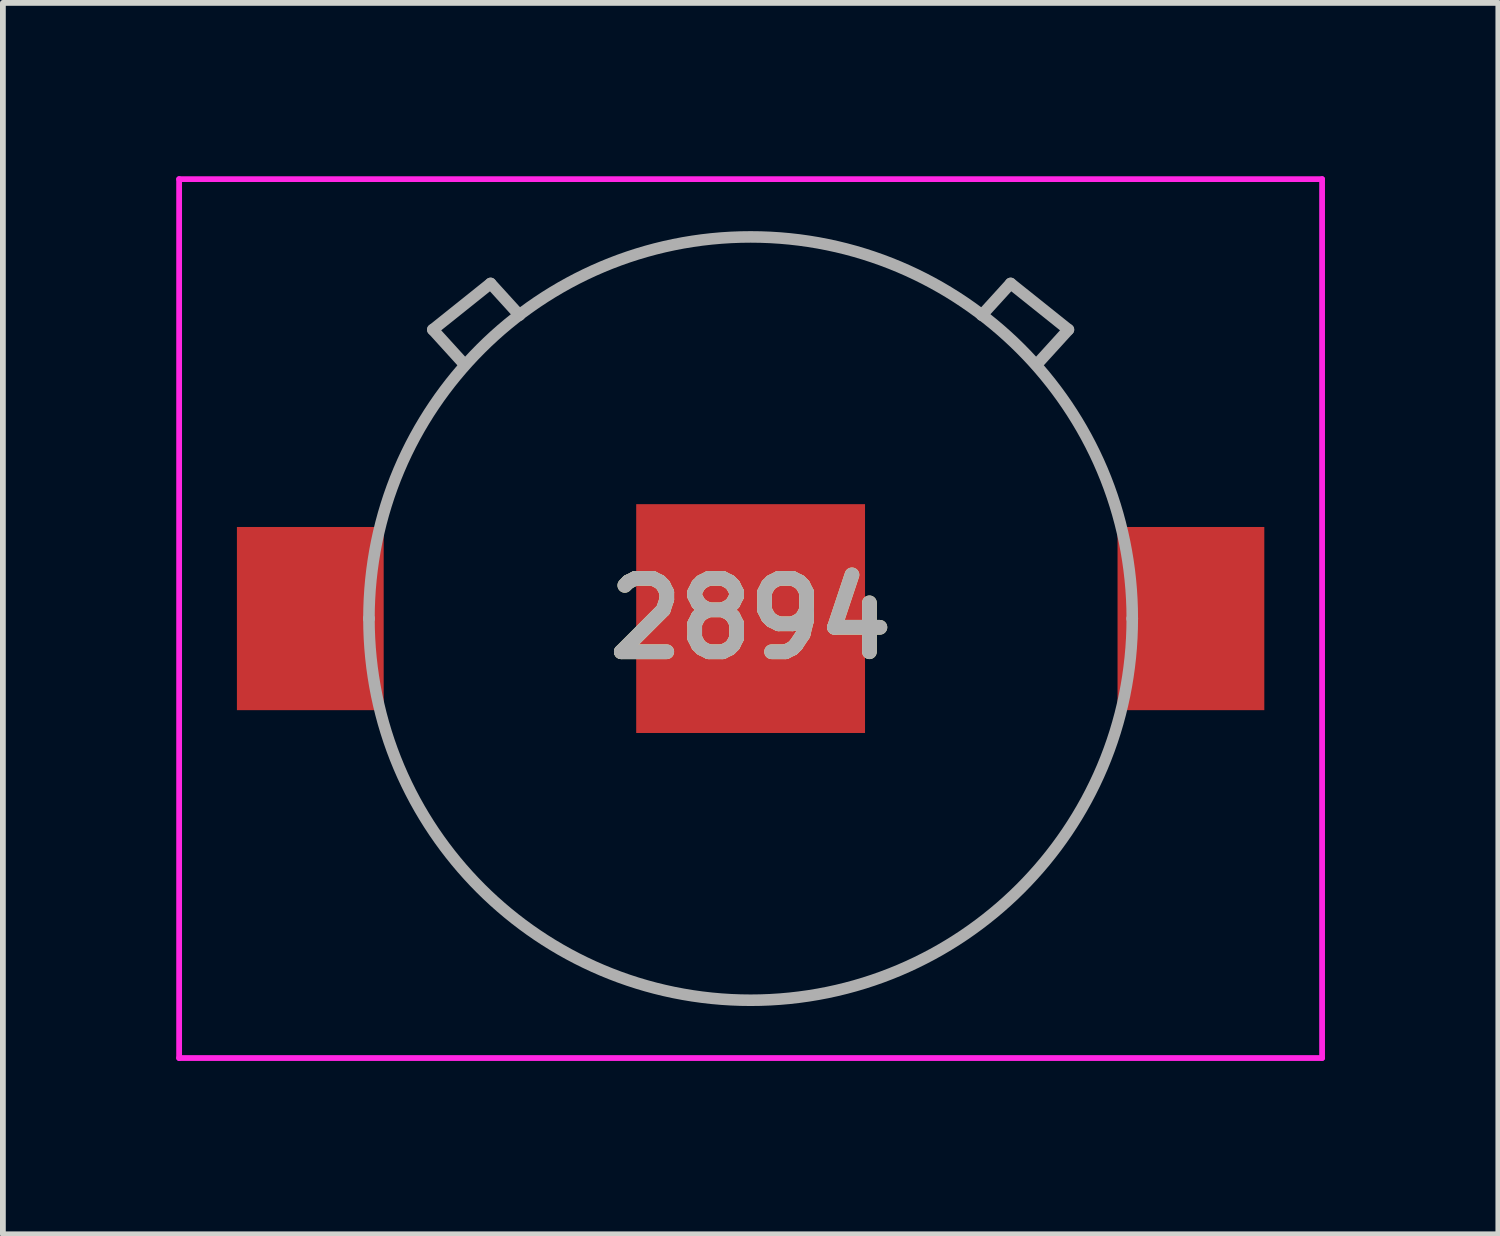
<source format=kicad_pcb>
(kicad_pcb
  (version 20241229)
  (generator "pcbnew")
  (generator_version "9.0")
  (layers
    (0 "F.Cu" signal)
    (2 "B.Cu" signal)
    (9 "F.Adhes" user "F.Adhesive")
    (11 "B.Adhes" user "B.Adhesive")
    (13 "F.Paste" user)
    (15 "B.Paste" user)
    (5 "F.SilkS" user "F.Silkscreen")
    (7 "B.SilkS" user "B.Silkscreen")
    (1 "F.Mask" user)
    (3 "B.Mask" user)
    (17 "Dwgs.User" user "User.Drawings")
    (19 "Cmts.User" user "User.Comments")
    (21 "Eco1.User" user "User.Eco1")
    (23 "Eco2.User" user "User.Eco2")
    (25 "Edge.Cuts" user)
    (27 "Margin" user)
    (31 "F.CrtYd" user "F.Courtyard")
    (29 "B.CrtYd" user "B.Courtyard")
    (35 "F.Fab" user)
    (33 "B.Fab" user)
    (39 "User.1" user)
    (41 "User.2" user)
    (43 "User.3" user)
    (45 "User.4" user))
  (footprint "2894"
    (layer "F.Cu")
    (at 9.94 7.655)
    (property "Reference" "2894" (at 0 0 0) (layer "F.SilkS") (effects (font (size 1.27 1.27) (thickness 0.254))))
    (attr smd)
    (fp_line (start -5.5 -5) (end -4.5 -5.8) (stroke (width 0.1) (type solid)) (layer "F.SilkS"))
    (fp_line (start -5 -4.45) (end -5.5 -5) (stroke (width 0.1) (type solid)) (layer "F.SilkS"))
    (fp_line (start -4.5 -5.8) (end -4 -5.25) (stroke (width 0.1) (type solid)) (layer "F.SilkS"))
    (fp_line (start 4 -5.25) (end 4.5 -5.8) (stroke (width 0.1) (type solid)) (layer "F.SilkS"))
    (fp_line (start 4.5 -5.8) (end 5.5 -5) (stroke (width 0.1) (type solid)) (layer "F.SilkS"))
    (fp_line (start 5.5 -5) (end 5 -4.45) (stroke (width 0.1) (type solid)) (layer "F.SilkS"))
    (fp_line (start -9.89 -7.605) (end 9.89 -7.605) (stroke (width 0.1) (type solid)) (layer "F.CrtYd"))
    (fp_line (start -9.89 7.605) (end -9.89 -7.605) (stroke (width 0.1) (type solid)) (layer "F.CrtYd"))
    (fp_line (start 9.89 -7.605) (end 9.89 7.605) (stroke (width 0.1) (type solid)) (layer "F.CrtYd"))
    (fp_line (start 9.89 7.605) (end -9.89 7.605) (stroke (width 0.1) (type solid)) (layer "F.CrtYd"))
    (fp_line (start -6.605 0) (end -6.605 0) (stroke (width 0.2) (type solid)) (layer "F.Fab"))
    (fp_line (start -5.5 -5) (end -4.5 -5.8) (stroke (width 0.2) (type solid)) (layer "F.Fab"))
    (fp_line (start -5 -4.45) (end -5.5 -5) (stroke (width 0.2) (type solid)) (layer "F.Fab"))
    (fp_line (start -4.5 -5.8) (end -4 -5.25) (stroke (width 0.2) (type solid)) (layer "F.Fab"))
    (fp_line (start 4.5 -5.8) (end 4 -5.25) (stroke (width 0.2) (type solid)) (layer "F.Fab"))
    (fp_line (start 5 -4.45) (end 5.5 -5) (stroke (width 0.2) (type solid)) (layer "F.Fab"))
    (fp_line (start 5.5 -5) (end 4.5 -5.8) (stroke (width 0.2) (type solid)) (layer "F.Fab"))
    (fp_line (start 6.605 0) (end 6.605 0) (stroke (width 0.2) (type solid)) (layer "F.Fab"))
    (fp_arc (start -6.605 0) (mid 0 -6.605) (end 6.605 0) (stroke (width 0.2) (type solid)) (layer "F.Fab"))
    (fp_arc (start 6.605 0) (mid 0 6.605) (end -6.605 0) (stroke (width 0.2) (type solid)) (layer "F.Fab"))
    (fp_text user "${REFERENCE}" (at 0 0 0) (layer "F.Fab") (effects (font (size 1.27 1.27) (thickness 0.254))))
    (pad "1" smd rect (at -7.62 0) (size 2.54 3.17) (layers "F.Cu" "F.Mask" "F.Paste"))
    (pad "2" smd rect (at 7.62 0) (size 2.54 3.17) (layers "F.Cu" "F.Mask" "F.Paste"))
    (pad "MP1" smd rect (at 0 0) (size 3.96 3.96) (layers "F.Cu" "F.Mask" "F.Paste")))
  (gr_rect
    (start -3 -3)
    (end 22.88 18.31)
    (stroke (width 0.1) (type default))
    (fill no)
    (layer "Edge.Cuts")))
</source>
